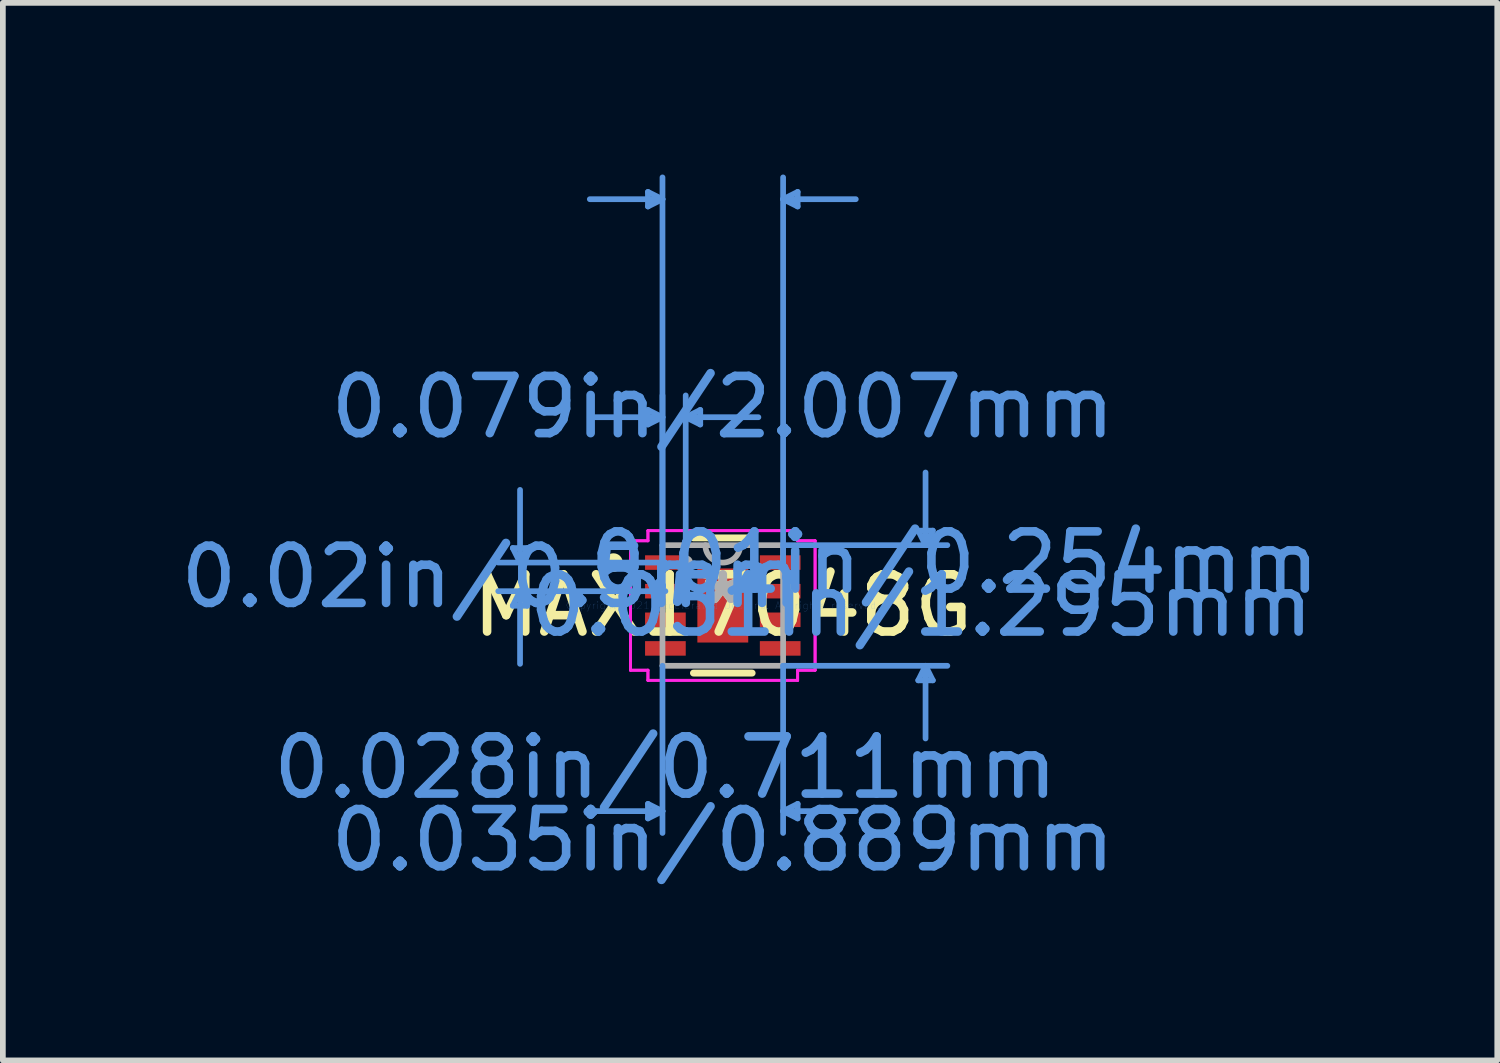
<source format=kicad_pcb>
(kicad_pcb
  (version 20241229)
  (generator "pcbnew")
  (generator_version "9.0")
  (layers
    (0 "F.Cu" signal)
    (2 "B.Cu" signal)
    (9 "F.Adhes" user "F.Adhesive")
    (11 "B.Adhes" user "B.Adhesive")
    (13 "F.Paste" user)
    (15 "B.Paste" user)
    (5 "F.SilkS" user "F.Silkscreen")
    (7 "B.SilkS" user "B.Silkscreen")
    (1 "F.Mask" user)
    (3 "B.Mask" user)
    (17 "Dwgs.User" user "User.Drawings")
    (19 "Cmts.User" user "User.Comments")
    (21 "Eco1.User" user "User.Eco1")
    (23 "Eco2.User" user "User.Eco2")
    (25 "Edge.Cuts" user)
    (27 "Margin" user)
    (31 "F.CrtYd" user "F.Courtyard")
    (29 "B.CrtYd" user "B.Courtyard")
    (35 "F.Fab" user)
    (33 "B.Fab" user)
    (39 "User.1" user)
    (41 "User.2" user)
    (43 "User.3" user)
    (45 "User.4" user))
  (footprint "MAX17048G"
    (layer "F.Cu")
    (at 9.581 7.531)
    (property "Reference" "MAX17048G" (at 0 0 0) (layer "F.SilkS") (effects (font (size 1 1) (thickness 0.15))))
    (attr through_hole)
    (fp_line (start -0.513 1.181) (end 0.513 1.181) (stroke (width 0.12) (type solid)) (layer "F.SilkS"))
    (fp_line (start 0.513 -1.181) (end -0.513 -1.181) (stroke (width 0.12) (type solid)) (layer "F.SilkS"))
    (fp_circle (center -1.91 -0.75) (end -1.808 -0.75) (stroke (width 0.12) (type solid)) (fill no) (layer "F.SilkS"))
    (fp_line (start -3.67 -1.004) (end -3.416 -1.004) (stroke (width 0.1) (type solid)) (layer "Cmts.User"))
    (fp_line (start -3.67 0.004) (end -3.416 0.004) (stroke (width 0.1) (type solid)) (layer "Cmts.User"))
    (fp_line (start -3.543 -0.75) (end -3.67 -1.004) (stroke (width 0.1) (type solid)) (layer "Cmts.User"))
    (fp_line (start -3.543 -0.75) (end -3.543 -2.02) (stroke (width 0.1) (type solid)) (layer "Cmts.User"))
    (fp_line (start -3.543 -0.75) (end -3.416 -1.004) (stroke (width 0.1) (type solid)) (layer "Cmts.User"))
    (fp_line (start -3.543 -0.25) (end -3.67 0.004) (stroke (width 0.1) (type solid)) (layer "Cmts.User"))
    (fp_line (start -3.543 -0.25) (end -3.543 1.02) (stroke (width 0.1) (type solid)) (layer "Cmts.User"))
    (fp_line (start -3.543 -0.25) (end -3.416 0.004) (stroke (width 0.1) (type solid)) (layer "Cmts.User"))
    (fp_line (start -1.308 -7.227) (end -1.308 -6.973) (stroke (width 0.1) (type solid)) (layer "Cmts.User"))
    (fp_line (start -1.308 -3.417) (end -1.308 -3.163) (stroke (width 0.1) (type solid)) (layer "Cmts.User"))
    (fp_line (start -1.308 3.467) (end -1.308 3.721) (stroke (width 0.1) (type solid)) (layer "Cmts.User"))
    (fp_line (start -1.054 -7.1) (end -2.324 -7.1) (stroke (width 0.1) (type solid)) (layer "Cmts.User"))
    (fp_line (start -1.054 -7.1) (end -1.308 -7.227) (stroke (width 0.1) (type solid)) (layer "Cmts.User"))
    (fp_line (start -1.054 -7.1) (end -1.308 -6.973) (stroke (width 0.1) (type solid)) (layer "Cmts.User"))
    (fp_line (start -1.054 -3.29) (end -2.324 -3.29) (stroke (width 0.1) (type solid)) (layer "Cmts.User"))
    (fp_line (start -1.054 -3.29) (end -1.308 -3.417) (stroke (width 0.1) (type solid)) (layer "Cmts.User"))
    (fp_line (start -1.054 -3.29) (end -1.308 -3.163) (stroke (width 0.1) (type solid)) (layer "Cmts.User"))
    (fp_line (start -1.054 -0.75) (end -1.054 -7.481) (stroke (width 0.1) (type solid)) (layer "Cmts.User"))
    (fp_line (start -1.054 -0.75) (end -1.054 -3.671) (stroke (width 0.1) (type solid)) (layer "Cmts.User"))
    (fp_line (start -1.054 1.054) (end -1.054 3.975) (stroke (width 0.1) (type solid)) (layer "Cmts.User"))
    (fp_line (start -1.054 3.594) (end -2.324 3.594) (stroke (width 0.1) (type solid)) (layer "Cmts.User"))
    (fp_line (start -1.054 3.594) (end -1.308 3.467) (stroke (width 0.1) (type solid)) (layer "Cmts.User"))
    (fp_line (start -1.054 3.594) (end -1.308 3.721) (stroke (width 0.1) (type solid)) (layer "Cmts.User"))
    (fp_line (start -1.003 -0.75) (end -3.924 -0.75) (stroke (width 0.1) (type solid)) (layer "Cmts.User"))
    (fp_line (start -1.003 -0.25) (end -3.924 -0.25) (stroke (width 0.1) (type solid)) (layer "Cmts.User"))
    (fp_line (start -0.648 -3.29) (end -0.394 -3.417) (stroke (width 0.1) (type solid)) (layer "Cmts.User"))
    (fp_line (start -0.648 -3.29) (end -0.394 -3.163) (stroke (width 0.1) (type solid)) (layer "Cmts.User"))
    (fp_line (start -0.648 -3.29) (end 0.622 -3.29) (stroke (width 0.1) (type solid)) (layer "Cmts.User"))
    (fp_line (start -0.648 -0.75) (end -0.648 -3.671) (stroke (width 0.1) (type solid)) (layer "Cmts.User"))
    (fp_line (start -0.394 -3.417) (end -0.394 -3.163) (stroke (width 0.1) (type solid)) (layer "Cmts.User"))
    (fp_line (start 1.054 -7.1) (end 1.308 -7.227) (stroke (width 0.1) (type solid)) (layer "Cmts.User"))
    (fp_line (start 1.054 -7.1) (end 1.308 -6.973) (stroke (width 0.1) (type solid)) (layer "Cmts.User"))
    (fp_line (start 1.054 -7.1) (end 2.324 -7.1) (stroke (width 0.1) (type solid)) (layer "Cmts.User"))
    (fp_line (start 1.054 -1.054) (end 3.924 -1.054) (stroke (width 0.1) (type solid)) (layer "Cmts.User"))
    (fp_line (start 1.054 -0.75) (end 1.054 -7.481) (stroke (width 0.1) (type solid)) (layer "Cmts.User"))
    (fp_line (start 1.054 1.054) (end 1.054 3.975) (stroke (width 0.1) (type solid)) (layer "Cmts.User"))
    (fp_line (start 1.054 1.054) (end 3.924 1.054) (stroke (width 0.1) (type solid)) (layer "Cmts.User"))
    (fp_line (start 1.054 3.594) (end 1.308 3.467) (stroke (width 0.1) (type solid)) (layer "Cmts.User"))
    (fp_line (start 1.054 3.594) (end 1.308 3.721) (stroke (width 0.1) (type solid)) (layer "Cmts.User"))
    (fp_line (start 1.054 3.594) (end 2.324 3.594) (stroke (width 0.1) (type solid)) (layer "Cmts.User"))
    (fp_line (start 1.308 -7.227) (end 1.308 -6.973) (stroke (width 0.1) (type solid)) (layer "Cmts.User"))
    (fp_line (start 1.308 3.467) (end 1.308 3.721) (stroke (width 0.1) (type solid)) (layer "Cmts.User"))
    (fp_line (start 3.416 -1.308) (end 3.67 -1.308) (stroke (width 0.1) (type solid)) (layer "Cmts.User"))
    (fp_line (start 3.416 1.308) (end 3.67 1.308) (stroke (width 0.1) (type solid)) (layer "Cmts.User"))
    (fp_line (start 3.543 -1.054) (end 3.416 -1.308) (stroke (width 0.1) (type solid)) (layer "Cmts.User"))
    (fp_line (start 3.543 -1.054) (end 3.543 -2.324) (stroke (width 0.1) (type solid)) (layer "Cmts.User"))
    (fp_line (start 3.543 -1.054) (end 3.67 -1.308) (stroke (width 0.1) (type solid)) (layer "Cmts.User"))
    (fp_line (start 3.543 1.054) (end 3.416 1.308) (stroke (width 0.1) (type solid)) (layer "Cmts.User"))
    (fp_line (start 3.543 1.054) (end 3.543 2.324) (stroke (width 0.1) (type solid)) (layer "Cmts.User"))
    (fp_line (start 3.543 1.054) (end 3.67 1.308) (stroke (width 0.1) (type solid)) (layer "Cmts.User"))
    (fp_line (start -1.613 -1.131) (end -1.308 -1.131) (stroke (width 0.05) (type solid)) (layer "F.CrtYd"))
    (fp_line (start -1.613 -1.131) (end -1.308 -1.131) (stroke (width 0.05) (type solid)) (layer "F.CrtYd"))
    (fp_line (start -1.613 1.131) (end -1.613 -1.131) (stroke (width 0.05) (type solid)) (layer "F.CrtYd"))
    (fp_line (start -1.613 1.131) (end -1.613 -1.131) (stroke (width 0.05) (type solid)) (layer "F.CrtYd"))
    (fp_line (start -1.613 1.131) (end -1.308 1.131) (stroke (width 0.05) (type solid)) (layer "F.CrtYd"))
    (fp_line (start -1.308 -1.308) (end 1.308 -1.308) (stroke (width 0.05) (type solid)) (layer "F.CrtYd"))
    (fp_line (start -1.308 -1.308) (end 1.308 -1.308) (stroke (width 0.05) (type solid)) (layer "F.CrtYd"))
    (fp_line (start -1.308 -1.131) (end -1.308 -1.308) (stroke (width 0.05) (type solid)) (layer "F.CrtYd"))
    (fp_line (start -1.308 -1.131) (end -1.308 -1.308) (stroke (width 0.05) (type solid)) (layer "F.CrtYd"))
    (fp_line (start -1.308 1.131) (end -1.613 1.131) (stroke (width 0.05) (type solid)) (layer "F.CrtYd"))
    (fp_line (start -1.308 1.308) (end -1.308 1.131) (stroke (width 0.05) (type solid)) (layer "F.CrtYd"))
    (fp_line (start -1.308 1.308) (end -1.308 1.131) (stroke (width 0.05) (type solid)) (layer "F.CrtYd"))
    (fp_line (start 1.308 -1.308) (end 1.308 -1.131) (stroke (width 0.05) (type solid)) (layer "F.CrtYd"))
    (fp_line (start 1.308 -1.308) (end 1.308 -1.131) (stroke (width 0.05) (type solid)) (layer "F.CrtYd"))
    (fp_line (start 1.308 -1.131) (end 1.613 -1.131) (stroke (width 0.05) (type solid)) (layer "F.CrtYd"))
    (fp_line (start 1.308 1.131) (end 1.308 1.308) (stroke (width 0.05) (type solid)) (layer "F.CrtYd"))
    (fp_line (start 1.308 1.131) (end 1.308 1.308) (stroke (width 0.05) (type solid)) (layer "F.CrtYd"))
    (fp_line (start 1.308 1.308) (end -1.308 1.308) (stroke (width 0.05) (type solid)) (layer "F.CrtYd"))
    (fp_line (start 1.308 1.308) (end -1.308 1.308) (stroke (width 0.05) (type solid)) (layer "F.CrtYd"))
    (fp_line (start 1.613 -1.131) (end 1.308 -1.131) (stroke (width 0.05) (type solid)) (layer "F.CrtYd"))
    (fp_line (start 1.613 -1.131) (end 1.613 1.131) (stroke (width 0.05) (type solid)) (layer "F.CrtYd"))
    (fp_line (start 1.613 -1.131) (end 1.613 1.131) (stroke (width 0.05) (type solid)) (layer "F.CrtYd"))
    (fp_line (start 1.613 1.131) (end 1.308 1.131) (stroke (width 0.05) (type solid)) (layer "F.CrtYd"))
    (fp_line (start 1.613 1.131) (end 1.308 1.131) (stroke (width 0.05) (type solid)) (layer "F.CrtYd"))
    (fp_line (start -1.054 -1.054) (end -1.054 1.054) (stroke (width 0.1) (type solid)) (layer "F.Fab"))
    (fp_line (start -1.054 1.054) (end 1.054 1.054) (stroke (width 0.1) (type solid)) (layer "F.Fab"))
    (fp_line (start 1.054 -1.054) (end -1.054 -1.054) (stroke (width 0.1) (type solid)) (layer "F.Fab"))
    (fp_line (start 1.054 1.054) (end 1.054 -1.054) (stroke (width 0.1) (type solid)) (layer "F.Fab"))
    (fp_arc (start 0.3048 -1.0541) (mid 0 -0.7493) (end -0.3048 -1.0541) (stroke (width 0.1) (type solid)) (layer "F.Fab"))
    (fp_circle (center -0.648 -0.75) (end -0.572 -0.75) (stroke (width 0.1) (type solid)) (fill no) (layer "F.Fab"))
    (fp_text user "*" (at 0 0 0) (layer "F.SilkS") (effects (font (size 1 1) (thickness 0.15))))
    (fp_text user "0.01in/0.254mm" (at 4.051 -0.75 0) (layer "Cmts.User") (effects (font (size 1 1) (thickness 0.15))))
    (fp_text user "0.035in/0.889mm" (at 0 4.102 0) (layer "Cmts.User") (effects (font (size 1 1) (thickness 0.15))))
    (fp_text user "0.079in/2.007mm" (at 0 -3.467 0) (layer "Cmts.User") (effects (font (size 1 1) (thickness 0.15))))
    (fp_text user "0.02in/0.5mm" (at -4.051 -0.5 0) (layer "Cmts.User") (effects (font (size 1 1) (thickness 0.15))))
    (fp_text user "0.028in/0.711mm" (at -1.003 2.832 0) (layer "Cmts.User") (effects (font (size 1 1) (thickness 0.15))))
    (fp_text user "Copyright 2021 Accelerated Designs. All rights reserved." (at 0 0 0) (layer "Cmts.User") (effects (font (size 0.127 0.127) (thickness 0.002))))
    (fp_text user "0.051in/1.295mm" (at 3.467 0 0) (layer "Cmts.User") (effects (font (size 1 1) (thickness 0.15))))
    (fp_text user "*" (at 0 0 0) (layer "F.Fab") (effects (font (size 1 1) (thickness 0.15))))
    (pad "1" smd rect (at -1.003 -0.75) (size 0.711 0.254) (layers "F.Cu" "F.Mask" "F.Paste"))
    (pad "2" smd rect (at -1.003 -0.25) (size 0.711 0.254) (layers "F.Cu" "F.Mask" "F.Paste"))
    (pad "3" smd rect (at -1.003 0.25) (size 0.711 0.254) (layers "F.Cu" "F.Mask" "F.Paste"))
    (pad "4" smd rect (at -1.003 0.75) (size 0.711 0.254) (layers "F.Cu" "F.Mask" "F.Paste"))
    (pad "5" smd rect (at 1.003 0.75) (size 0.711 0.254) (layers "F.Cu" "F.Mask" "F.Paste"))
    (pad "6" smd rect (at 1.003 0.25) (size 0.711 0.254) (layers "F.Cu" "F.Mask" "F.Paste"))
    (pad "7" smd rect (at 1.003 -0.25) (size 0.711 0.254) (layers "F.Cu" "F.Mask" "F.Paste"))
    (pad "8" smd rect (at 1.003 -0.75) (size 0.711 0.254) (layers "F.Cu" "F.Mask" "F.Paste"))
    (pad "9" smd rect (at 0 0) (size 0.889 1.295) (layers "F.Cu" "F.Mask" "F.Paste")))
  (gr_rect
    (start -3 -3)
    (end 23.115 15.481)
    (stroke (width 0.1) (type default))
    (fill no)
    (layer "Edge.Cuts")))
</source>
